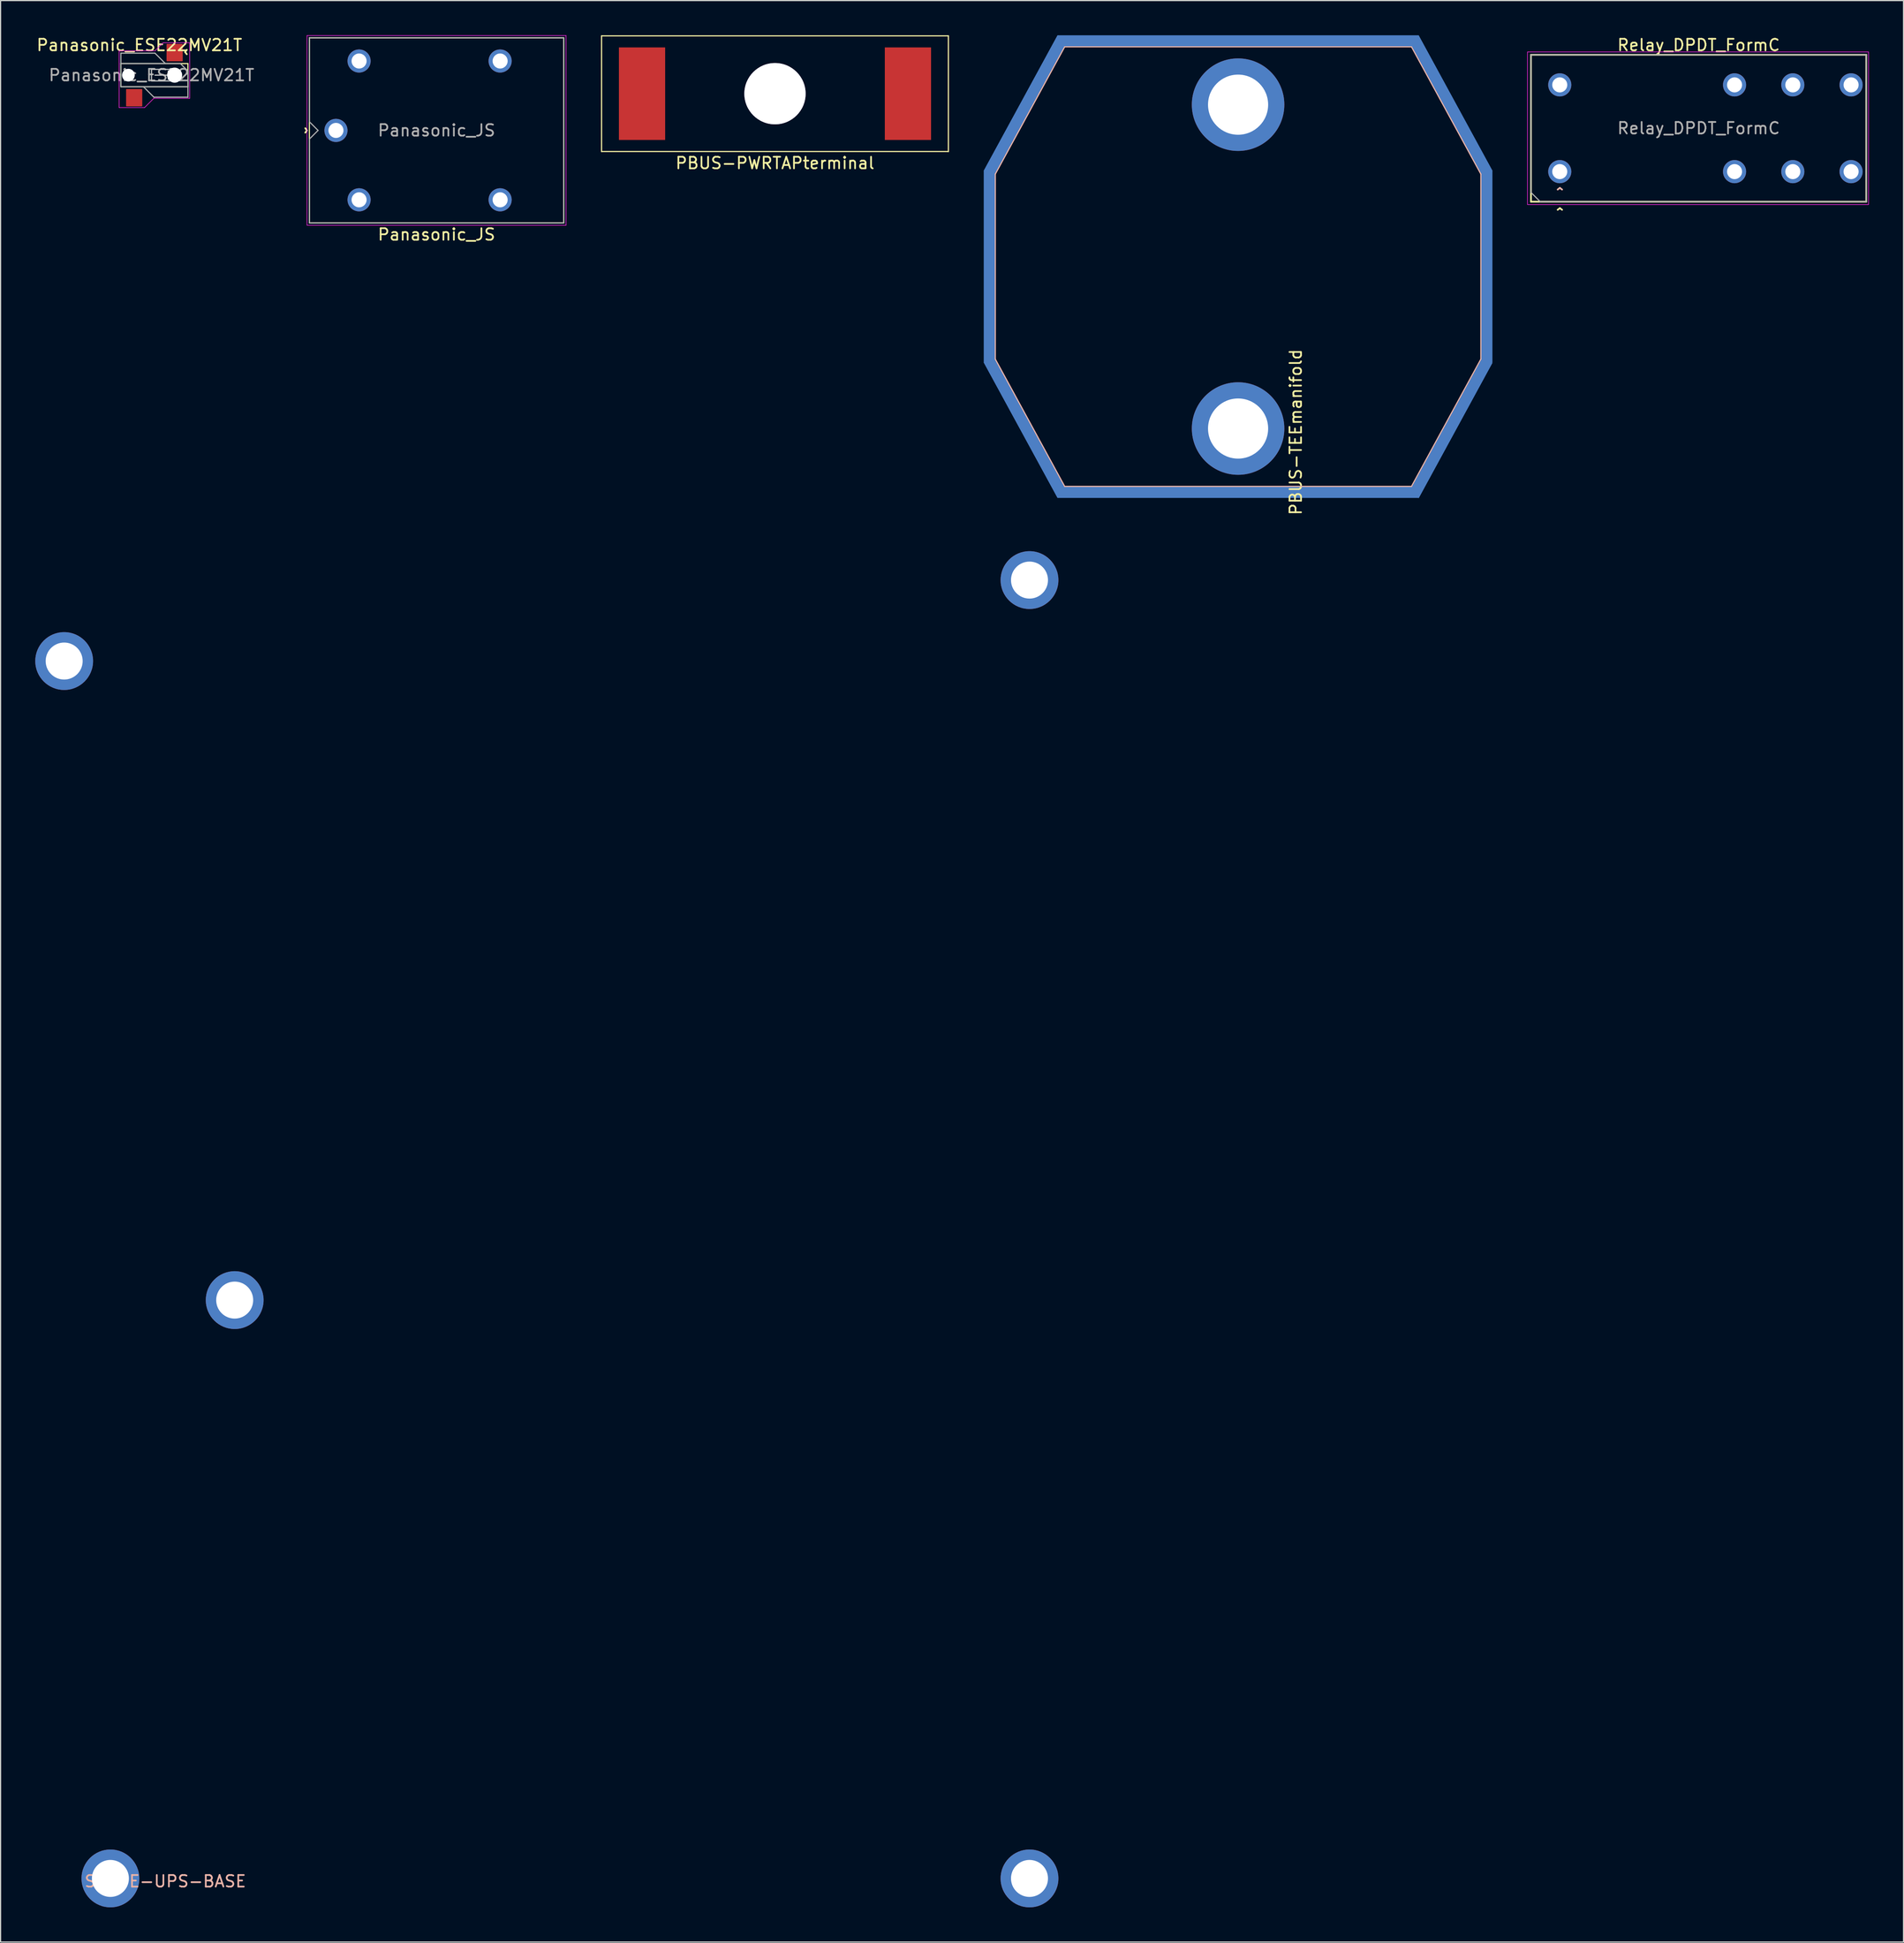
<source format=kicad_pcb>
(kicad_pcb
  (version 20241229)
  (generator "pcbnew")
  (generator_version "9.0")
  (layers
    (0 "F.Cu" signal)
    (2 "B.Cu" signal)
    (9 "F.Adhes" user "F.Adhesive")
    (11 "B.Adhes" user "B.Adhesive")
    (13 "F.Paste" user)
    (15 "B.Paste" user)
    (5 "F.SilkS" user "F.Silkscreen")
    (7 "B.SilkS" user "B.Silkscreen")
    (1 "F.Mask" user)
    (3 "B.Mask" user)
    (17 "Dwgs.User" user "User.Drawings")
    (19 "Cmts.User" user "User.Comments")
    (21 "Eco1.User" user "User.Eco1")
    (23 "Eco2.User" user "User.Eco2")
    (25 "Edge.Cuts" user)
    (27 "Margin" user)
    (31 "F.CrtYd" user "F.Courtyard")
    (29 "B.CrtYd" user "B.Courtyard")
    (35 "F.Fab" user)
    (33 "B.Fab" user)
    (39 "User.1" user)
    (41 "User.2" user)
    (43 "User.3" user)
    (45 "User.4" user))
  (footprint "PBUS-PWRTAPterminal"
    (layer "F.Cu")
    (at 63.985 5.05)
    (property "Reference" "PBUS-PWRTAPterminal" (at 0 6 0) (layer "F.SilkS") (effects (font (size 1 1) (thickness 0.15))))
    (attr through_hole)
    (fp_line (start -15 -5) (end -15 5) (stroke (width 0.1) (type solid)) (layer "F.SilkS"))
    (fp_line (start -15 5) (end 15 5) (stroke (width 0.1) (type solid)) (layer "F.SilkS"))
    (fp_line (start 15 -5) (end -15 -5) (stroke (width 0.1) (type solid)) (layer "F.SilkS"))
    (fp_line (start 15 5) (end 15 -5) (stroke (width 0.1) (type solid)) (layer "F.SilkS"))
    (pad "" thru_hole circle (at 0 0) (size 5.3 5.3) (drill 5.3) (layers "*.Cu" "*.Mask"))
    (pad "1" smd rect (at -11.5 0) (size 4 8) (layers "F.Cu" "F.Mask" "F.Paste"))
    (pad "1" smd rect (at 11.5 0) (size 4 8) (layers "F.Cu" "F.Mask" "F.Paste")))
  (footprint "PBUS-TEEmanifold"
    (layer "F.Cu")
    (at 104.043 20)
    (property "Reference" "PBUS-TEEmanifold" (at 4.99 14.31 90) (layer "F.SilkS") (effects (font (size 1 1) (thickness 0.15))))
    (attr through_hole)
    (fp_line (start -21 -8) (end -15 -19) (stroke (width 0.1) (type solid)) (layer "B.SilkS"))
    (fp_line (start -21 8) (end -21 -8) (stroke (width 0.1) (type solid)) (layer "B.SilkS"))
    (fp_line (start -15 -19) (end 15 -19) (stroke (width 0.1) (type solid)) (layer "B.SilkS"))
    (fp_line (start -15 19) (end -21 8) (stroke (width 0.1) (type solid)) (layer "B.SilkS"))
    (fp_line (start 15 -19) (end 21 -8) (stroke (width 0.1) (type solid)) (layer "B.SilkS"))
    (fp_line (start 15 19) (end -15 19) (stroke (width 0.1) (type solid)) (layer "B.SilkS"))
    (fp_line (start 21 -8) (end 21 8) (stroke (width 0.1) (type solid)) (layer "B.SilkS"))
    (fp_line (start 21 8) (end 15 19) (stroke (width 0.1) (type solid)) (layer "B.SilkS"))
    (fp_circle (center 0 -14) (end 3.3 -14) (stroke (width 1.2) (type solid)) (fill no) (layer "B.Paste"))
    (fp_circle (center 0 14) (end 3.3 14) (stroke (width 1.2) (type solid)) (fill no) (layer "B.Paste"))
    (pad "1" smd rect (at -21.5 0 90) (size 16.6 1) (layers "B.Cu" "B.Mask" "B.Paste"))
    (pad "1" smd rect (at -18.38 -13.9 241.4) (size 13.325 1) (layers "B.Cu" "B.Mask" "B.Paste"))
    (pad "1" smd rect (at -18.38 13.9 298.6) (size 13.325 1) (layers "B.Cu" "B.Mask" "B.Paste"))
    (pad "1" smd rect (at 0 -19.5) (size 31.25 1) (layers "B.Cu" "B.Mask" "B.Paste"))
    (pad "1" thru_hole circle (at 0 -14) (size 8 8) (drill 5.2) (layers "B.Cu" "B.Mask"))
    (pad "1" thru_hole circle (at 0 14) (size 8 8) (drill 5.2) (layers "B.Cu" "B.Mask"))
    (pad "1" smd rect (at 0 19.5) (size 31.25 1) (layers "B.Cu" "B.Mask" "B.Paste"))
    (pad "1" smd rect (at 18.38 -13.9 118.6) (size 13.325 1) (layers "B.Cu" "B.Mask" "B.Paste"))
    (pad "1" smd rect (at 18.38 13.93 61.4) (size 13.325 1) (layers "B.Cu" "B.Mask" "B.Paste"))
    (pad "1" smd rect (at 21.5 0 90) (size 16.6 1) (layers "B.Cu" "B.Mask" "B.Paste")))
  (footprint "SHAPE-UPS-BASE"
    (layer "F.Cu")
    (at 44.25 105.102)
    (property "Reference" "SHAPE-UPS-BASE" (at -33 54.5 0) (layer "B.SilkS") (effects (font (size 1 1) (thickness 0.15))))
    (attr through_hole)
    (pad "1" thru_hole circle (at -41.75 -51) (size 5 5) (drill 3.2) (layers "*.Cu" "*.Mask"))
    (pad "2" thru_hole circle (at 41.75 -58) (size 5 5) (drill 3.2) (layers "*.Cu" "*.Mask"))
    (pad "3" thru_hole circle (at 41.75 54.25) (size 5 5) (drill 3.2) (layers "*.Cu" "*.Mask"))
    (pad "4" thru_hole circle (at -37.75 54.25) (size 5 5) (drill 3.2) (layers "*.Cu" "*.Mask"))
    (pad "5" thru_hole circle (at -27 4.25) (size 5 5) (drill 3.2) (layers "*.Cu" "*.Mask")))
  (footprint "Panasonic_ESE22MV21T"
    (layer "F.Cu")
    (at 10.056 3.448)
    (property "Reference" "Panasonic_ESE22MV21T" (at -1.05 -2.6 0) (unlocked yes) (layer "F.SilkS") (effects (font (size 1 1) (thickness 0.15))))
    (attr smd)
    (fp_line (start -2.65 -1) (end -2.65 1) (stroke (width 0.1) (type solid)) (layer "F.SilkS"))
    (fp_line (start 3.15 -1) (end -2.65 -1) (stroke (width 0.1) (type solid)) (layer "F.SilkS"))
    (fp_line (start 3.15 -1) (end 3.15 1) (stroke (width 0.1) (type solid)) (layer "F.SilkS"))
    (fp_line (start 3.15 1) (end -2.65 1) (stroke (width 0.1) (type solid)) (layer "F.SilkS"))
    (fp_line (start 0.3 0) (end 1.45 0) (stroke (width 0.1) (type solid)) (layer "Dwgs.User"))
    (fp_line (start 1.45 -0.35) (end 1.45 0.35) (stroke (width 0.1) (type solid)) (layer "Dwgs.User"))
    (fp_line (start 1.45 0.35) (end 1.8 0) (stroke (width 0.1) (type solid)) (layer "Dwgs.User"))
    (fp_line (start 1.8 0) (end 1.45 -0.35) (stroke (width 0.1) (type solid)) (layer "Dwgs.User"))
    (fp_rect (start 0 -0.5) (end 2 0.5) (stroke (width 0.1) (type solid)) (fill no) (layer "Dwgs.User"))
    (fp_line (start -2.8 -2.1) (end 0.3 -2.1) (stroke (width 0.05) (type solid)) (layer "F.CrtYd"))
    (fp_line (start -2.8 2.8) (end -2.8 -2.1) (stroke (width 0.05) (type solid)) (layer "F.CrtYd"))
    (fp_line (start -0.6 2.8) (end -2.8 2.8) (stroke (width 0.05) (type solid)) (layer "F.CrtYd"))
    (fp_line (start 0.2 2) (end -0.6 2.8) (stroke (width 0.05) (type solid)) (layer "F.CrtYd"))
    (fp_line (start 0.3 -2.1) (end 1 -2.8) (stroke (width 0.05) (type solid)) (layer "F.CrtYd"))
    (fp_line (start 1 -2.8) (end 3.3 -2.8) (stroke (width 0.05) (type solid)) (layer "F.CrtYd"))
    (fp_line (start 3.3 -2.8) (end 3.3 2) (stroke (width 0.05) (type solid)) (layer "F.CrtYd"))
    (fp_line (start 3.3 2) (end 0.2 2) (stroke (width 0.05) (type solid)) (layer "F.CrtYd"))
    (fp_line (start -2.65 -1.9) (end 0.3 -1.9) (stroke (width 0.1) (type solid)) (layer "F.Fab"))
    (fp_line (start -2.65 -1) (end -2.65 -1.9) (stroke (width 0.1) (type solid)) (layer "F.Fab"))
    (fp_line (start -2.65 -1) (end 2.5 -1) (stroke (width 0.1) (type solid)) (layer "F.Fab"))
    (fp_line (start -2.65 1) (end -2.65 -1) (stroke (width 0.1) (type solid)) (layer "F.Fab"))
    (fp_line (start 0.2 1.9) (end -0.7 1) (stroke (width 0.1) (type solid)) (layer "F.Fab"))
    (fp_line (start 0.3 -1.9) (end 1.2 -1) (stroke (width 0.1) (type solid)) (layer "F.Fab"))
    (fp_line (start 2.5 -1) (end 3.15 -0.35) (stroke (width 0.1) (type solid)) (layer "F.Fab"))
    (fp_line (start 3.15 -0.35) (end 3.15 1) (stroke (width 0.1) (type solid)) (layer "F.Fab"))
    (fp_line (start 3.15 1) (end -2.65 1) (stroke (width 0.1) (type solid)) (layer "F.Fab"))
    (fp_line (start 3.15 1) (end 3.15 1.9) (stroke (width 0.1) (type solid)) (layer "F.Fab"))
    (fp_line (start 3.15 1.9) (end 0.2 1.9) (stroke (width 0.1) (type solid)) (layer "F.Fab"))
    (fp_text user "^" (at 3.5 -2 90) (unlocked yes) (layer "F.SilkS") (effects (font (size 1 1) (thickness 0.15))))
    (fp_text user "${REFERENCE}" (at 0 0 0) (unlocked yes) (layer "F.Fab") (effects (font (size 1 1) (thickness 0.15))))
    (pad "" np_thru_hole circle (at -2 0) (size 1.1 1.1) (drill 1.1) (layers "*.Cu" "*.Mask"))
    (pad "" np_thru_hole circle (at 2 0) (size 1.3 1.3) (drill 1.3) (layers "*.Cu" "*.Mask"))
    (pad "1" smd roundrect (at 2 -1.95) (size 1.4 1.5) (layers "F.Cu" "F.Mask" "F.Paste") (roundrect_rratio 0.036))
    (pad "2" smd roundrect (at -1.5 1.95) (size 1.4 1.5) (layers "F.Cu" "F.Mask" "F.Paste") (roundrect_rratio 0.036)))
  (footprint "Panasonic_JS"
    (layer "F.Cu")
    (at 34.71 8.225)
    (property "Reference" "Panasonic_JS" (at 0 9 0) (unlocked yes) (layer "F.SilkS") (effects (font (size 1 1) (thickness 0.15))))
    (attr through_hole)
    (fp_line (start -11 -8) (end 11 -8) (stroke (width 0.1) (type solid)) (layer "F.SilkS"))
    (fp_line (start -11 8) (end -11 -8) (stroke (width 0.1) (type solid)) (layer "F.SilkS"))
    (fp_line (start 11 -8) (end 11 8) (stroke (width 0.1) (type solid)) (layer "F.SilkS"))
    (fp_line (start 11 8) (end -11 8) (stroke (width 0.1) (type solid)) (layer "F.SilkS"))
    (fp_line (start -11.2 -8.2) (end 11.2 -8.2) (stroke (width 0.05) (type solid)) (layer "F.CrtYd"))
    (fp_line (start -11.2 8.2) (end -11.2 -8.2) (stroke (width 0.05) (type solid)) (layer "F.CrtYd"))
    (fp_line (start 11.2 -8.2) (end 11.2 8.2) (stroke (width 0.05) (type solid)) (layer "F.CrtYd"))
    (fp_line (start 11.2 8.2) (end -11.2 8.2) (stroke (width 0.05) (type solid)) (layer "F.CrtYd"))
    (fp_line (start -11 -8) (end 11 -8) (stroke (width 0.1) (type solid)) (layer "F.Fab"))
    (fp_line (start -11 -0.75) (end -11 -8) (stroke (width 0.1) (type solid)) (layer "F.Fab"))
    (fp_line (start -11 0.75) (end -10.25 0) (stroke (width 0.1) (type solid)) (layer "F.Fab"))
    (fp_line (start -11 8) (end -11 0.75) (stroke (width 0.1) (type solid)) (layer "F.Fab"))
    (fp_line (start -10.25 0) (end -11 -0.75) (stroke (width 0.1) (type solid)) (layer "F.Fab"))
    (fp_line (start 11 -8) (end 11 8) (stroke (width 0.1) (type solid)) (layer "F.Fab"))
    (fp_line (start 11 8) (end -11 8) (stroke (width 0.1) (type solid)) (layer "F.Fab"))
    (fp_text user "^" (at -11.8 0 270) (unlocked yes) (layer "F.SilkS") (effects (font (size 1 1) (thickness 0.15))))
    (fp_text user "${REFERENCE}" (at 0 0 0) (unlocked yes) (layer "F.Fab") (effects (font (size 1 1) (thickness 0.15))))
    (pad "1" thru_hole circle (at -8.7 0) (size 2 2) (drill 1.3) (layers "*.Cu" "*.Mask"))
    (pad "2" thru_hole circle (at -6.7 6) (size 2 2) (drill 1.3) (layers "*.Cu" "*.Mask"))
    (pad "3" thru_hole circle (at 5.5 6) (size 2 2) (drill 1.3) (layers "*.Cu" "*.Mask"))
    (pad "4" thru_hole circle (at 5.5 -6) (size 2 2) (drill 1.3) (layers "*.Cu" "*.Mask"))
    (pad "5" thru_hole circle (at -6.7 -6) (size 2 2) (drill 1.3) (layers "*.Cu" "*.Mask")))
  (footprint "Relay_DPDT_FormC"
    (layer "F.Cu")
    (at 143.877 8.038)
    (property "Reference" "Relay_DPDT_FormC" (at 0 -7.19 0) (layer "F.SilkS") (effects (font (size 1 1) (thickness 0.15))))
    (fp_line (start -14.5 -6.35) (end 14.5 -6.35) (stroke (width 0.15) (type solid)) (layer "F.SilkS"))
    (fp_line (start -14.5 6.35) (end -14.5 -6.35) (stroke (width 0.15) (type solid)) (layer "F.SilkS"))
    (fp_line (start 14.5 -6.35) (end 14.5 6.35) (stroke (width 0.15) (type solid)) (layer "F.SilkS"))
    (fp_line (start 14.5 6.35) (end -14.5 6.35) (stroke (width 0.15) (type solid)) (layer "F.SilkS"))
    (fp_rect (start -14.8 -6.6) (end 14.7 6.6) (stroke (width 0.05) (type solid)) (fill no) (layer "F.CrtYd"))
    (fp_line (start -14.5 -6.35) (end 14.5 -6.35) (stroke (width 0.1) (type solid)) (layer "F.Fab"))
    (fp_line (start -14.5 5.55) (end -14.5 -6.35) (stroke (width 0.1) (type solid)) (layer "F.Fab"))
    (fp_line (start -13.7 6.35) (end -14.5 5.55) (stroke (width 0.1) (type solid)) (layer "F.Fab"))
    (fp_line (start 14.5 -6.35) (end 14.5 6.35) (stroke (width 0.1) (type solid)) (layer "F.Fab"))
    (fp_line (start 14.5 6.35) (end -13.7 6.35) (stroke (width 0.1) (type solid)) (layer "F.Fab"))
    (fp_text user "^" (at -12 7.5 0) (unlocked yes) (layer "F.SilkS") (effects (font (size 1 1) (thickness 0.15))))
    (fp_text user "^" (at -12 5.75 0) (unlocked yes) (layer "B.SilkS") (effects (font (size 1 1) (thickness 0.15)) (justify mirror)))
    (fp_text user "${REFERENCE}" (at 0 0 0) (unlocked yes) (layer "F.Fab") (effects (font (size 1 1) (thickness 0.15))))
    (pad "1" thru_hole circle (at -12.01 3.75) (size 2 2) (drill 1.3) (layers "*.Cu" "*.Mask"))
    (pad "3" thru_hole circle (at 3.11 3.75) (size 2 2) (drill 1.3) (layers "*.Cu" "*.Mask"))
    (pad "4" thru_hole circle (at 8.15 3.75) (size 2 2) (drill 1.3) (layers "*.Cu" "*.Mask"))
    (pad "5" thru_hole circle (at 13.19 3.75) (size 2 2) (drill 1.3) (layers "*.Cu" "*.Mask"))
    (pad "8" thru_hole circle (at 13.19 -3.75) (size 2 2) (drill 1.3) (layers "*.Cu" "*.Mask"))
    (pad "9" thru_hole circle (at 8.15 -3.75) (size 2 2) (drill 1.3) (layers "*.Cu" "*.Mask"))
    (pad "10" thru_hole circle (at 3.11 -3.75) (size 2 2) (drill 1.3) (layers "*.Cu" "*.Mask"))
    (pad "12" thru_hole circle (at -12.01 -3.75) (size 2 2) (drill 1.3) (layers "*.Cu" "*.Mask")))
  (gr_rect
    (start -3 -3)
    (end 161.602 164.852)
    (stroke (width 0.1) (type default))
    (fill no)
    (layer "Edge.Cuts")))
</source>
